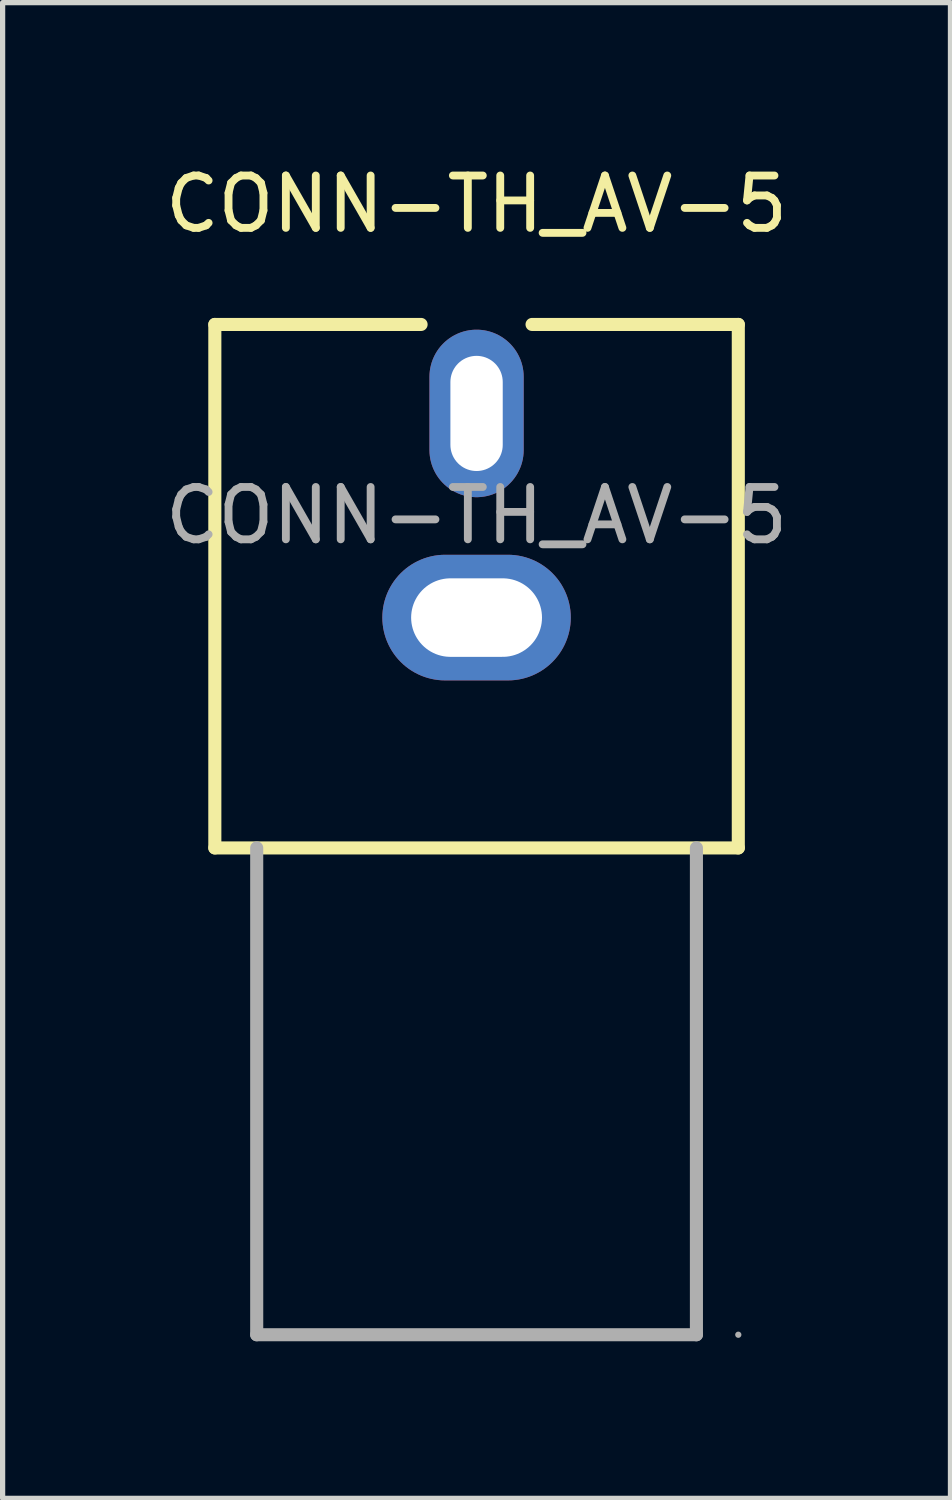
<source format=kicad_pcb>
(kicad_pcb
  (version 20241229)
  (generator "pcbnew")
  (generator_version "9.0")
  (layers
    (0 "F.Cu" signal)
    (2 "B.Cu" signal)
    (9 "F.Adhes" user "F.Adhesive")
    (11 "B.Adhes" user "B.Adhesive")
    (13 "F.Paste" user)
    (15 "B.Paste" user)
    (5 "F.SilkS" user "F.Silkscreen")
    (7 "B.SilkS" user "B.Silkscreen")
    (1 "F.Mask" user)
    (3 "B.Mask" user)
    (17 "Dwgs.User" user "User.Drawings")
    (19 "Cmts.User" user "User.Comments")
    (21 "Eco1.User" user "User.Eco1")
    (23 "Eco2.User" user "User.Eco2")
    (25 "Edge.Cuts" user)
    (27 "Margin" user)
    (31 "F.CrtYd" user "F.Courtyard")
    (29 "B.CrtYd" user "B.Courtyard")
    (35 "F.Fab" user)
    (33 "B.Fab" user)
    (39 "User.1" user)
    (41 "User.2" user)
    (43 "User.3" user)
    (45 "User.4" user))
  (footprint "CONN-TH_AV-5"
    (layer "F.Cu")
    (at 6.054 6.798)
    (property "Reference" "CONN-TH_AV-5" (at 0 -5.95 0) (layer "F.SilkS") (effects (font (size 1 1) (thickness 0.15))))
    (attr through_hole)
    (fp_line (start -5 -3.65) (end -1.06 -3.65) (stroke (width 0.25) (type solid)) (layer "F.SilkS"))
    (fp_line (start -5 6.35) (end -5 -3.65) (stroke (width 0.25) (type solid)) (layer "F.SilkS"))
    (fp_line (start -5 6.35) (end 5 6.35) (stroke (width 0.25) (type solid)) (layer "F.SilkS"))
    (fp_line (start 1.06 -3.65) (end 5 -3.65) (stroke (width 0.25) (type solid)) (layer "F.SilkS"))
    (fp_line (start 5 -3.65) (end 5 6.35) (stroke (width 0.25) (type solid)) (layer "F.SilkS"))
    (fp_line (start -4.2 6.35) (end -4.2 15.65) (stroke (width 0.25) (type solid)) (layer "F.Fab"))
    (fp_line (start -4.2 15.65) (end 4.2 15.65) (stroke (width 0.25) (type solid)) (layer "F.Fab"))
    (fp_line (start 4.2 6.35) (end 4.2 15.65) (stroke (width 0.25) (type solid)) (layer "F.Fab"))
    (fp_circle (center 5 15.65) (end 5.03 15.65) (stroke (width 0.06) (type solid)) (fill no) (layer "F.Fab"))
    (fp_text user "${REFERENCE}" (at 0 0 0) (layer "F.Fab") (effects (font (size 1 1) (thickness 0.15))))
    (pad "1" thru_hole oval (at 0 1.95) (size 3.6 2.4) (drill oval 2.5 1.5) (layers "*.Cu" "*.Mask"))
    (pad "2" thru_hole oval (at 0 -1.95 90) (size 3.2 1.8) (drill oval 2.2 1) (layers "*.Cu" "*.Mask")))
  (gr_rect
    (start -3 -3)
    (end 15.107 25.573)
    (stroke (width 0.1) (type default))
    (fill no)
    (layer "Edge.Cuts")))
</source>
